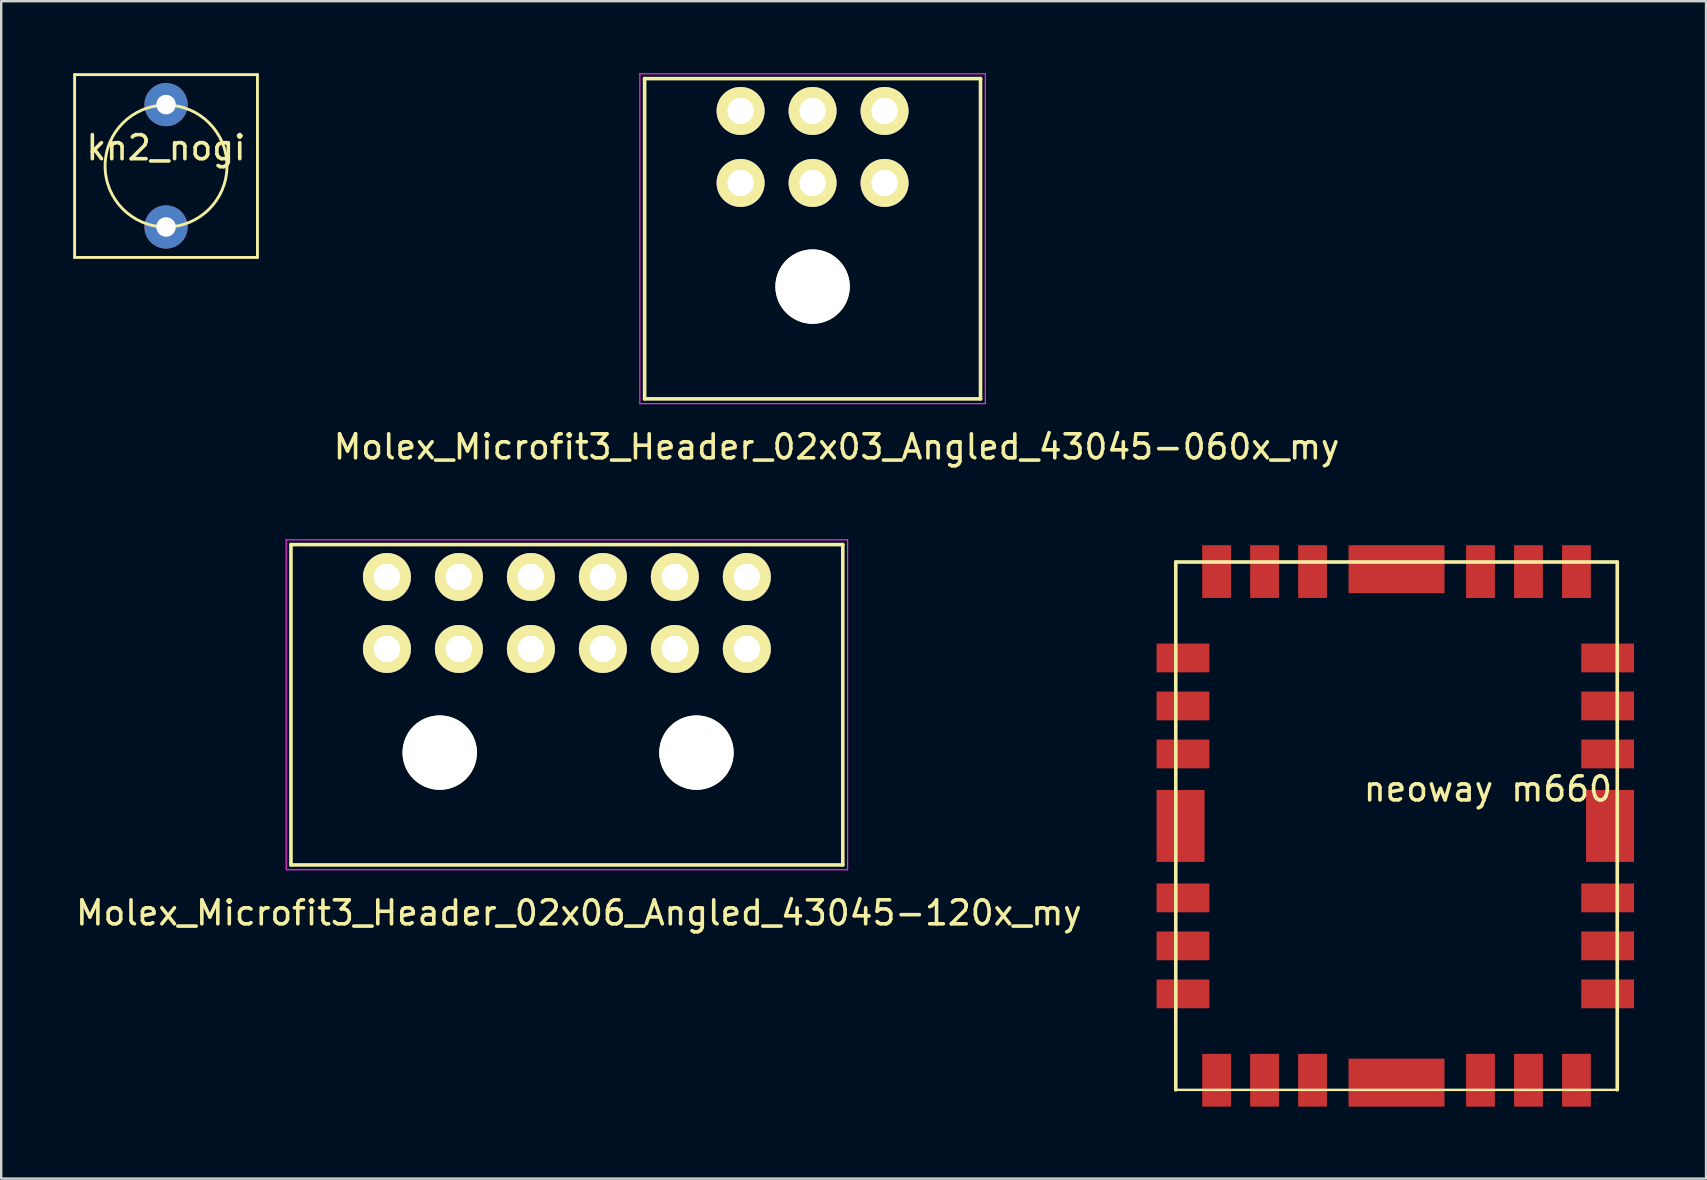
<source format=kicad_pcb>
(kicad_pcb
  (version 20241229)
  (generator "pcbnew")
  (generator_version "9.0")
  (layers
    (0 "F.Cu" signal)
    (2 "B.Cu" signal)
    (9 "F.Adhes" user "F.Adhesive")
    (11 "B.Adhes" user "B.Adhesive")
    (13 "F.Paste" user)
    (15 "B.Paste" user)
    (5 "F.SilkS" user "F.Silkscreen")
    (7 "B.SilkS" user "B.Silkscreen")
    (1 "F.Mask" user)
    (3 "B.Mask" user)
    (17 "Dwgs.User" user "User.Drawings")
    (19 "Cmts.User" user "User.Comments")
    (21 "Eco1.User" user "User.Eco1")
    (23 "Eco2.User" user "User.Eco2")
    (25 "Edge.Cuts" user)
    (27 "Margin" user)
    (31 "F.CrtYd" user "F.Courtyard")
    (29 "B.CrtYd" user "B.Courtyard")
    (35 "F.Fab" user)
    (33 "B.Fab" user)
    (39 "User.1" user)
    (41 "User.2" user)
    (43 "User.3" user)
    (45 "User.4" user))
  (footprint "kn2_nogi"
    (layer "F.Cu")
    (at 3.87 3.87)
    (property "Reference" "kn2_nogi" (at 0 -0.762 0) (layer "F.SilkS") (effects (font (size 1 1) (thickness 0.15))))
    (attr through_hole)
    (fp_line (start -3.81 -3.81) (end -3.81 3.81) (stroke (width 0.12) (type solid)) (layer "F.SilkS"))
    (fp_line (start -3.81 -3.81) (end 3.81 -3.81) (stroke (width 0.12) (type solid)) (layer "F.SilkS"))
    (fp_line (start 3.81 -3.81) (end 3.81 3.81) (stroke (width 0.12) (type solid)) (layer "F.SilkS"))
    (fp_line (start 3.81 3.81) (end -3.81 3.81) (stroke (width 0.12) (type solid)) (layer "F.SilkS"))
    (fp_circle (center 0 0) (end 0 -2.54) (stroke (width 0.12) (type solid)) (fill no) (layer "F.SilkS"))
    (pad "1" thru_hole circle (at 0 -2.56) (size 1.8 1.8) (drill 0.813) (layers "*.Cu" "*.Mask"))
    (pad "2" thru_hole circle (at 0 2.54) (size 1.8 1.8) (drill 0.813) (layers "*.Cu" "*.Mask")))
  (footprint "neoway m660"
    (layer "F.Cu")
    (at 55.155 19.673)
    (property "Reference" "neoway m660" (at 3.81 10.16 0) (layer "F.SilkS") (effects (font (size 1 1) (thickness 0.15))))
    (attr through_hole)
    (fp_line (start -9.2 0.7) (end -9.2 22.7) (stroke (width 0.15) (type solid)) (layer "F.SilkS"))
    (fp_line (start -9.2 0.7) (end 9.2 0.7) (stroke (width 0.15) (type solid)) (layer "F.SilkS"))
    (fp_line (start -9.2 22.7) (end 9.2 22.7) (stroke (width 0.1) (type solid)) (layer "F.SilkS"))
    (fp_line (start 9.2 0.7) (end 9.2 22.7) (stroke (width 0.15) (type solid)) (layer "F.SilkS"))
    (pad "1" smd rect (at -8.9 4.7) (size 2.2 1.2) (layers "F.Cu" "F.Mask" "F.Paste"))
    (pad "2" smd rect (at -8.9 6.7) (size 2.2 1.2) (layers "F.Cu" "F.Mask" "F.Paste"))
    (pad "3" smd rect (at -8.9 8.7) (size 2.2 1.2) (layers "F.Cu" "F.Mask" "F.Paste"))
    (pad "4" smd rect (at -9 11.7) (size 2 3) (layers "F.Cu" "F.Mask" "F.Paste"))
    (pad "5" smd rect (at -8.9 14.7) (size 2.2 1.2) (layers "F.Cu" "F.Mask" "F.Paste"))
    (pad "6" smd rect (at -8.9 16.7) (size 2.2 1.2) (layers "F.Cu" "F.Mask" "F.Paste"))
    (pad "7" smd rect (at -8.9 18.7) (size 2.2 1.2) (layers "F.Cu" "F.Mask" "F.Paste"))
    (pad "8" smd rect (at -7.5 22.3) (size 1.2 2.2) (layers "F.Cu" "F.Mask" "F.Paste"))
    (pad "9" smd rect (at -5.5 22.3) (size 1.2 2.2) (layers "F.Cu" "F.Mask" "F.Paste"))
    (pad "10" smd rect (at -3.5 22.3) (size 1.2 2.2) (layers "F.Cu" "F.Mask" "F.Paste"))
    (pad "11" smd rect (at 0 22.4) (size 4 2) (layers "F.Cu" "F.Mask" "F.Paste"))
    (pad "12" smd rect (at 3.5 22.3) (size 1.2 2.2) (layers "F.Cu" "F.Mask" "F.Paste"))
    (pad "13" smd rect (at 5.5 22.3) (size 1.2 2.2) (layers "F.Cu" "F.Mask" "F.Paste"))
    (pad "14" smd rect (at 7.5 22.3) (size 1.2 2.2) (layers "F.Cu" "F.Mask" "F.Paste"))
    (pad "15" smd rect (at 8.8 18.7) (size 2.2 1.2) (layers "F.Cu" "F.Mask" "F.Paste"))
    (pad "16" smd rect (at 8.8 16.7) (size 2.2 1.2) (layers "F.Cu" "F.Mask" "F.Paste"))
    (pad "17" smd rect (at 8.8 14.7) (size 2.2 1.2) (layers "F.Cu" "F.Mask" "F.Paste"))
    (pad "18" smd rect (at 8.9 11.7) (size 2 3) (layers "F.Cu" "F.Mask" "F.Paste"))
    (pad "19" smd rect (at 8.8 8.7) (size 2.2 1.2) (layers "F.Cu" "F.Mask" "F.Paste"))
    (pad "20" smd rect (at 8.8 6.7) (size 2.2 1.2) (layers "F.Cu" "F.Mask" "F.Paste"))
    (pad "21" smd rect (at 8.8 4.7) (size 2.2 1.2) (layers "F.Cu" "F.Mask" "F.Paste"))
    (pad "22" smd rect (at 7.5 1.1) (size 1.2 2.2) (layers "F.Cu" "F.Mask" "F.Paste"))
    (pad "23" smd rect (at 5.5 1.1) (size 1.2 2.2) (layers "F.Cu" "F.Mask" "F.Paste"))
    (pad "24" smd rect (at 3.5 1.1) (size 1.2 2.2) (layers "F.Cu" "F.Mask" "F.Paste"))
    (pad "25" smd rect (at 0 1) (size 4 2) (layers "F.Cu" "F.Mask" "F.Paste"))
    (pad "26" smd rect (at -3.5 1.1) (size 1.2 2.2) (layers "F.Cu" "F.Mask" "F.Paste"))
    (pad "27" smd rect (at -5.5 1.1) (size 1.2 2.2) (layers "F.Cu" "F.Mask" "F.Paste"))
    (pad "28" smd rect (at -7.5 1.1) (size 1.2 2.2) (layers "F.Cu" "F.Mask" "F.Paste")))
  (footprint "Molex_Microfit3_Header_02x06_Angled_43045-120x_my"
    (layer "F.Cu")
    (at 28.077 23.998)
    (property "Reference" "Molex_Microfit3_Header_02x06_Angled_43045-120x_my" (at -7 11 0) (layer "F.SilkS") (effects (font (size 1 1) (thickness 0.15))))
    (attr through_hole)
    (fp_line (start -19 -4.35) (end 4 -4.35) (stroke (width 0.15) (type solid)) (layer "F.SilkS"))
    (fp_line (start -19 9) (end -19 -4.35) (stroke (width 0.15) (type solid)) (layer "F.SilkS"))
    (fp_line (start 4 -4.35) (end 4 9) (stroke (width 0.15) (type solid)) (layer "F.SilkS"))
    (fp_line (start 4 9) (end -19 9) (stroke (width 0.15) (type solid)) (layer "F.SilkS"))
    (fp_line (start -19.2 -4.55) (end -19.2 9.2) (stroke (width 0.05) (type solid)) (layer "F.CrtYd"))
    (fp_line (start -19.2 9.2) (end 4.2 9.2) (stroke (width 0.05) (type solid)) (layer "F.CrtYd"))
    (fp_line (start 4.2 -4.55) (end -19.2 -4.55) (stroke (width 0.05) (type solid)) (layer "F.CrtYd"))
    (fp_line (start 4.2 9.2) (end 4.2 -4.55) (stroke (width 0.05) (type solid)) (layer "F.CrtYd"))
    (pad "" np_thru_hole circle (at -12.8 4.32) (size 3.1 3.1) (drill 3.1) (layers "*.Cu" "*.Mask" "F.SilkS"))
    (pad "" np_thru_hole circle (at -2.1 4.32) (size 3.1 3.1) (drill 3.1) (layers "*.Cu" "*.Mask" "F.SilkS"))
    (pad "1" thru_hole circle (at 0 0) (size 2 2) (drill 1.1) (layers "*.Cu" "*.Mask" "F.SilkS"))
    (pad "2" thru_hole circle (at -3 0) (size 2 2) (drill 1.1) (layers "*.Cu" "*.Mask" "F.SilkS"))
    (pad "3" thru_hole circle (at -6 0) (size 2 2) (drill 1.1) (layers "*.Cu" "*.Mask" "F.SilkS"))
    (pad "4" thru_hole circle (at -9 0) (size 2 2) (drill 1.1) (layers "*.Cu" "*.Mask" "F.SilkS"))
    (pad "5" thru_hole circle (at -12 0) (size 2 2) (drill 1.1) (layers "*.Cu" "*.Mask" "F.SilkS"))
    (pad "6" thru_hole circle (at -15 0) (size 2 2) (drill 1.1) (layers "*.Cu" "*.Mask" "F.SilkS"))
    (pad "7" thru_hole circle (at 0 -3) (size 2 2) (drill 1.1) (layers "*.Cu" "*.Mask" "F.SilkS"))
    (pad "8" thru_hole circle (at -3 -3) (size 2 2) (drill 1.1) (layers "*.Cu" "*.Mask" "F.SilkS"))
    (pad "9" thru_hole circle (at -6 -3) (size 2 2) (drill 1.1) (layers "*.Cu" "*.Mask" "F.SilkS"))
    (pad "10" thru_hole circle (at -9 -3) (size 2 2) (drill 1.1) (layers "*.Cu" "*.Mask" "F.SilkS"))
    (pad "11" thru_hole circle (at -12 -3) (size 2 2) (drill 1.1) (layers "*.Cu" "*.Mask" "F.SilkS"))
    (pad "12" thru_hole circle (at -15 -3) (size 2 2) (drill 1.1) (layers "*.Cu" "*.Mask" "F.SilkS")))
  (footprint "Molex_Microfit3_Header_02x03_Angled_43045-060x_my"
    (layer "F.Cu")
    (at 33.817 4.575)
    (property "Reference" "Molex_Microfit3_Header_02x03_Angled_43045-060x_my" (at -2 11 0) (layer "F.SilkS") (effects (font (size 1 1) (thickness 0.15))))
    (attr through_hole)
    (fp_line (start -10 -4.35) (end 4 -4.35) (stroke (width 0.15) (type solid)) (layer "F.SilkS"))
    (fp_line (start -10 9) (end -10 -4.35) (stroke (width 0.15) (type solid)) (layer "F.SilkS"))
    (fp_line (start 4 -4.35) (end 4 9) (stroke (width 0.15) (type solid)) (layer "F.SilkS"))
    (fp_line (start 4 9) (end -10 9) (stroke (width 0.15) (type solid)) (layer "F.SilkS"))
    (fp_line (start -10.2 -4.55) (end -10.2 9.2) (stroke (width 0.05) (type solid)) (layer "F.CrtYd"))
    (fp_line (start -10.2 9.2) (end 4.2 9.2) (stroke (width 0.05) (type solid)) (layer "F.CrtYd"))
    (fp_line (start 4.2 -4.55) (end -10.2 -4.55) (stroke (width 0.05) (type solid)) (layer "F.CrtYd"))
    (fp_line (start 4.2 9.2) (end 4.2 -4.55) (stroke (width 0.05) (type solid)) (layer "F.CrtYd"))
    (pad "" np_thru_hole circle (at -3 4.32) (size 3.1 3.1) (drill 3.1) (layers "*.Cu" "*.Mask" "F.SilkS"))
    (pad "1" thru_hole circle (at 0 0) (size 2 2) (drill 1.1) (layers "*.Cu" "*.Mask" "F.SilkS"))
    (pad "2" thru_hole circle (at -3 0) (size 2 2) (drill 1.1) (layers "*.Cu" "*.Mask" "F.SilkS"))
    (pad "3" thru_hole circle (at -6 0) (size 2 2) (drill 1.1) (layers "*.Cu" "*.Mask" "F.SilkS"))
    (pad "4" thru_hole circle (at 0 -3) (size 2 2) (drill 1.1) (layers "*.Cu" "*.Mask" "F.SilkS"))
    (pad "5" thru_hole circle (at -3 -3) (size 2 2) (drill 1.1) (layers "*.Cu" "*.Mask" "F.SilkS"))
    (pad "6" thru_hole circle (at -6 -3) (size 2 2) (drill 1.1) (layers "*.Cu" "*.Mask" "F.SilkS")))
  (gr_rect
    (start -3 -3)
    (end 68.055 46.073)
    (stroke (width 0.1) (type default))
    (fill no)
    (layer "Edge.Cuts")))
</source>
